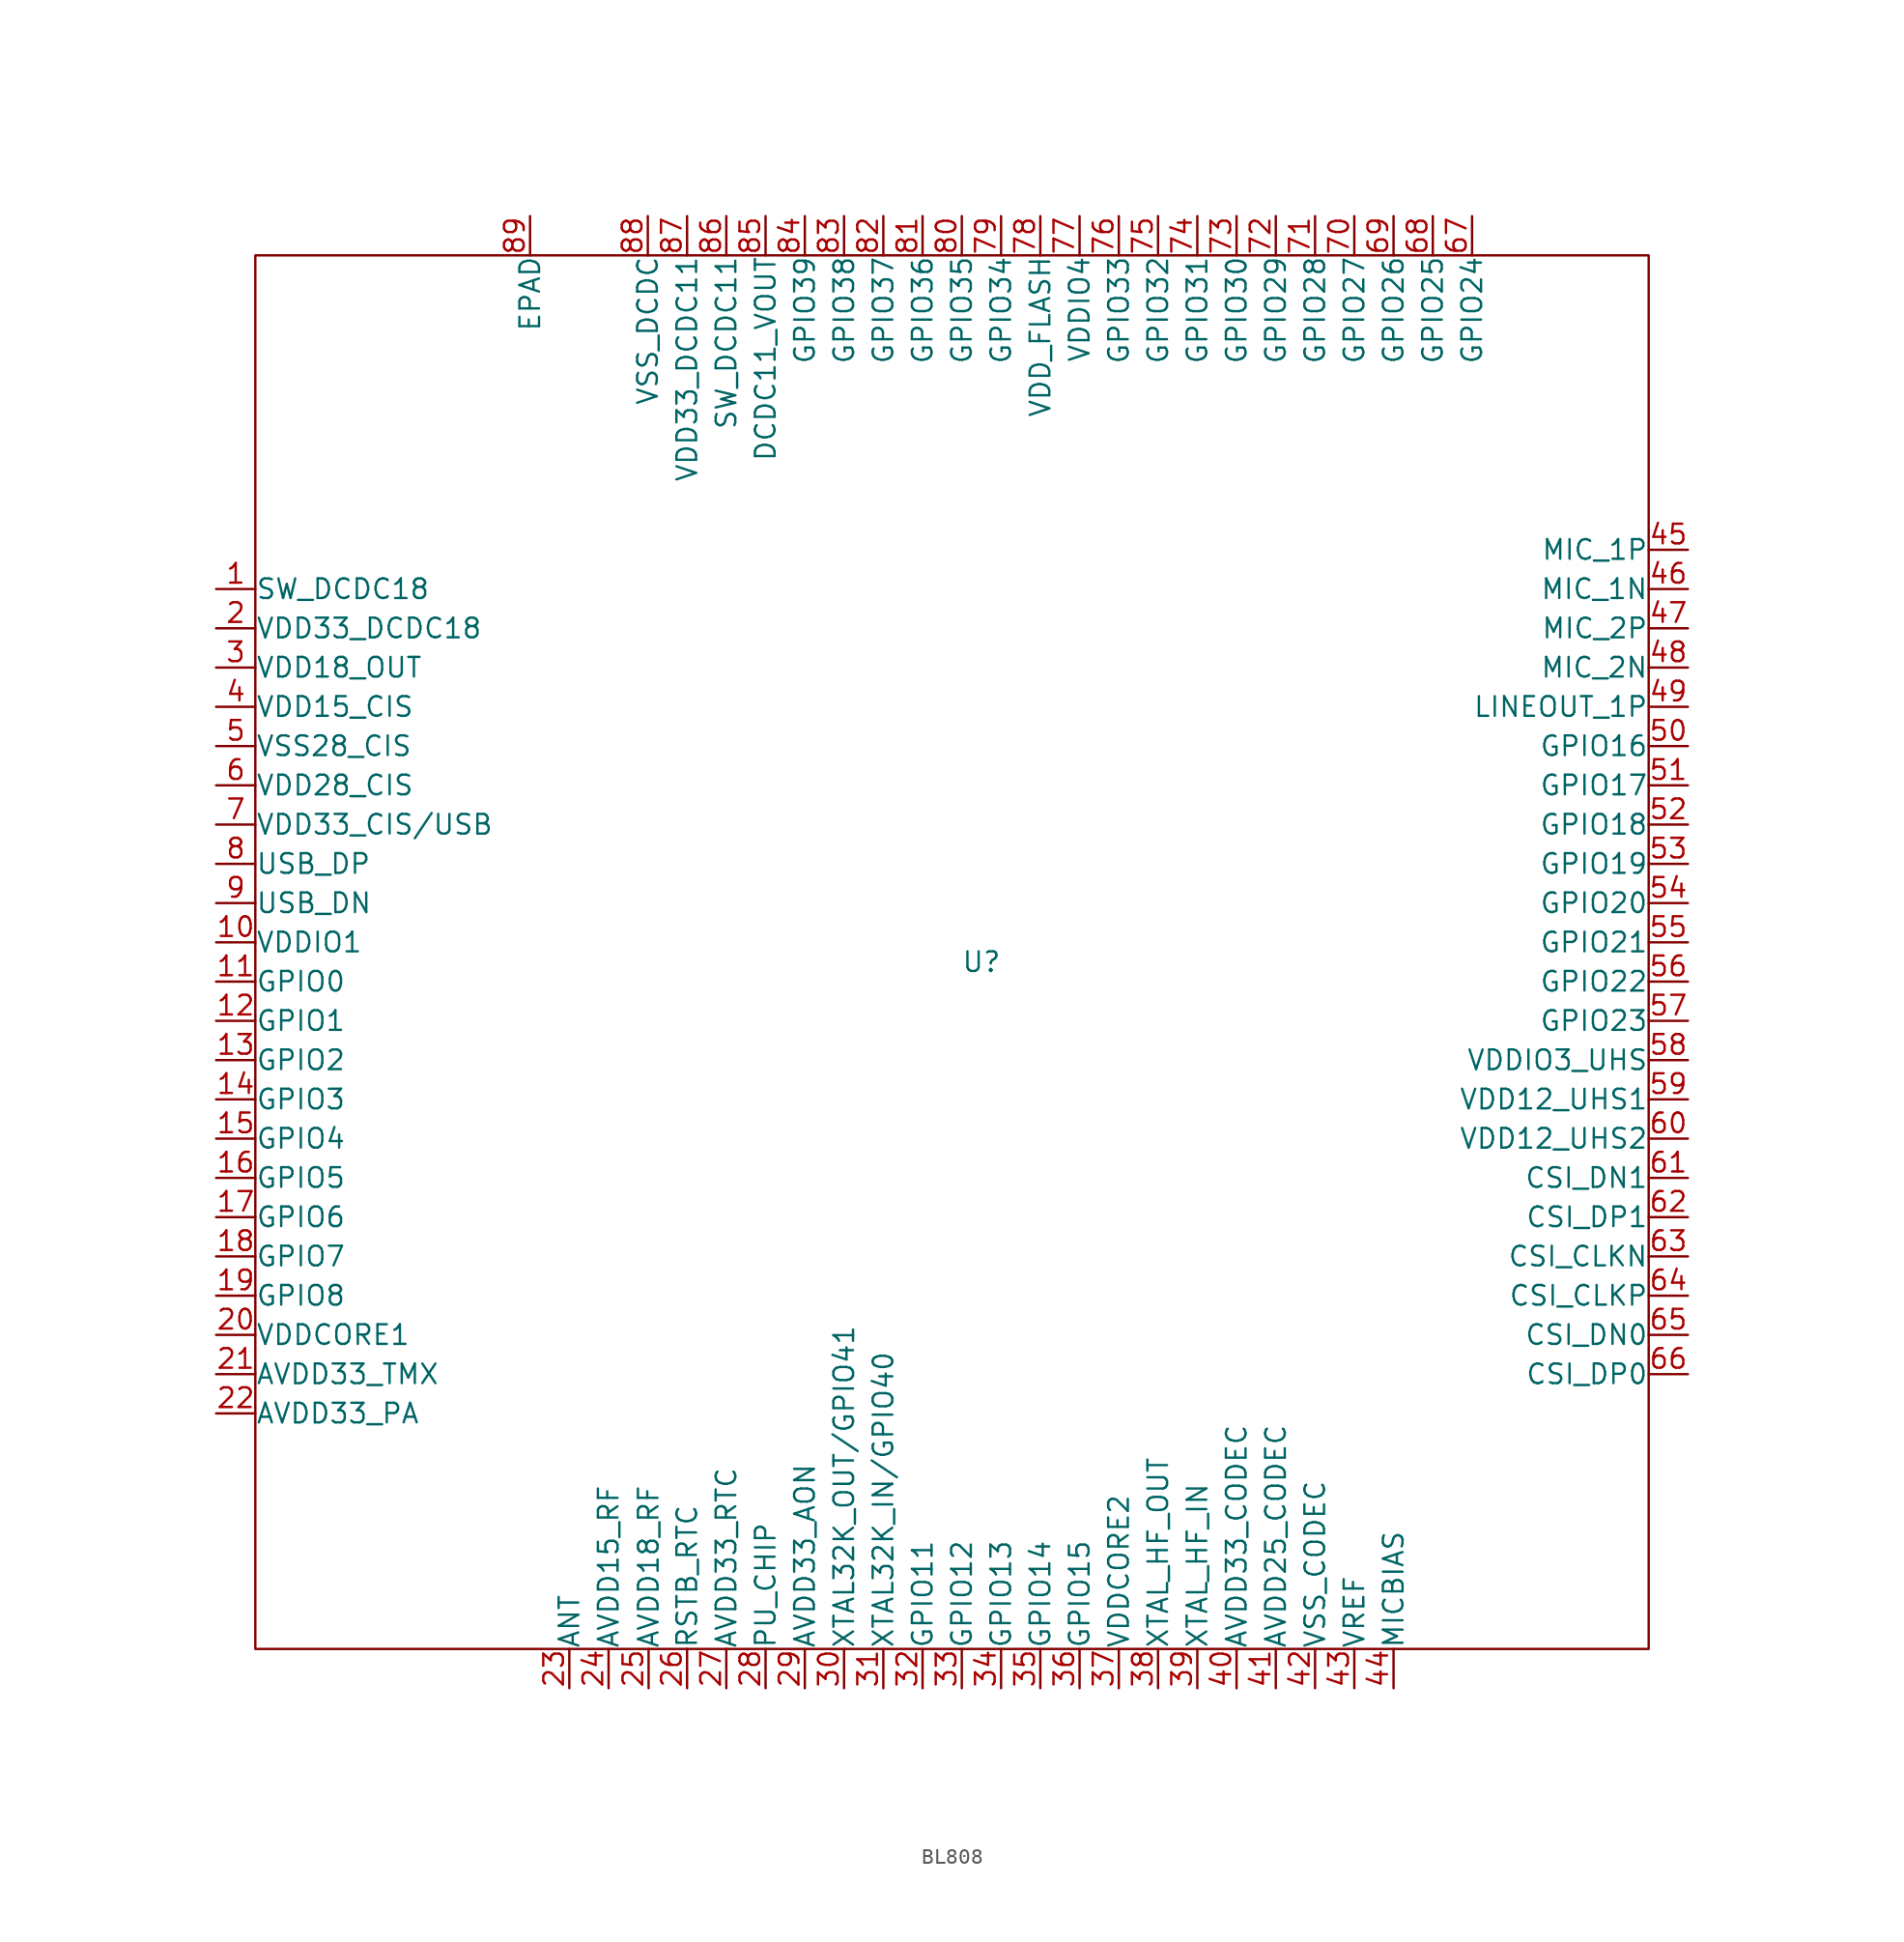
<source format=kicad_sym>
(kicad_symbol_lib
  (version 20220914)
  (generator kicad_symbol_editor)
  (symbol "BL808"
    (pin_names
      (offset 0.002))
    (property "Reference" "U"
      (at 0 0 0)
      (effects (font (size 1.27 1.27))))
    (property "Value" ""
      (at 6.35 29.21 0)
      (effects (font (size 1.27 1.27))))
    (symbol "BL808_0_0"
      (pin unspecified line (at -49.53 24.13 0) (length 2.54) (name "SW_DCDC18" (effects (font (size 1.27 1.27)))) (number "1" (effects (font (size 1.27 1.27)))))
      (pin unspecified line (at -49.53 1.27 0) (length 2.54) (name "VDDIO1" (effects (font (size 1.27 1.27)))) (number "10" (effects (font (size 1.27 1.27)))))
      (pin unspecified line (at -49.53 -1.27 0) (length 2.54) (name "GPIO0" (effects (font (size 1.27 1.27)))) (number "11" (effects (font (size 1.27 1.27)))))
      (pin unspecified line (at -49.53 -3.81 0) (length 2.54) (name "GPIO1" (effects (font (size 1.27 1.27)))) (number "12" (effects (font (size 1.27 1.27)))))
      (pin unspecified line (at -49.53 -6.35 0) (length 2.54) (name "GPIO2" (effects (font (size 1.27 1.27)))) (number "13" (effects (font (size 1.27 1.27)))))
      (pin unspecified line (at -49.53 -8.89 0) (length 2.54) (name "GPIO3" (effects (font (size 1.27 1.27)))) (number "14" (effects (font (size 1.27 1.27)))))
      (pin unspecified line (at -49.53 -11.43 0) (length 2.54) (name "GPIO4" (effects (font (size 1.27 1.27)))) (number "15" (effects (font (size 1.27 1.27)))))
      (pin unspecified line (at -49.53 -13.97 0) (length 2.54) (name "GPIO5" (effects (font (size 1.27 1.27)))) (number "16" (effects (font (size 1.27 1.27)))))
      (pin unspecified line (at -49.53 -16.51 0) (length 2.54) (name "GPIO6" (effects (font (size 1.27 1.27)))) (number "17" (effects (font (size 1.27 1.27)))))
      (pin unspecified line (at -49.53 -19.05 0) (length 2.54) (name "GPIO7" (effects (font (size 1.27 1.27)))) (number "18" (effects (font (size 1.27 1.27)))))
      (pin unspecified line (at -49.53 -21.59 0) (length 2.54) (name "GPIO8" (effects (font (size 1.27 1.27)))) (number "19" (effects (font (size 1.27 1.27)))))
      (pin unspecified line (at -49.53 21.59 0) (length 2.54) (name "VDD33_DCDC18" (effects (font (size 1.27 1.27)))) (number "2" (effects (font (size 1.27 1.27)))))
      (pin unspecified line (at -49.53 -24.13 0) (length 2.54) (name "VDDCORE1" (effects (font (size 1.27 1.27)))) (number "20" (effects (font (size 1.27 1.27)))))
      (pin unspecified line (at -49.53 -26.67 0) (length 2.54) (name "AVDD33_TMX" (effects (font (size 1.27 1.27)))) (number "21" (effects (font (size 1.27 1.27)))))
      (pin unspecified line (at -49.53 -29.21 0) (length 2.54) (name "AVDD33_PA" (effects (font (size 1.27 1.27)))) (number "22" (effects (font (size 1.27 1.27)))))
      (pin unspecified line (at -26.67 -46.99 90) (length 2.54) (name "ANT" (effects (font (size 1.27 1.27)))) (number "23" (effects (font (size 1.27 1.27)))))
      (pin unspecified line (at -24.13 -46.99 90) (length 2.54) (name "AVDD15_RF" (effects (font (size 1.27 1.27)))) (number "24" (effects (font (size 1.27 1.27)))))
      (pin unspecified line (at -21.54 -46.99 90) (length 2.54) (name "AVDD18_RF" (effects (font (size 1.27 1.27)))) (number "25" (effects (font (size 1.27 1.27)))))
      (pin unspecified line (at -19.05 -46.99 90) (length 2.54) (name "RSTB_RTC" (effects (font (size 1.27 1.27)))) (number "26" (effects (font (size 1.27 1.27)))))
      (pin unspecified line (at -16.51 -46.99 90) (length 2.54) (name "AVDD33_RTC" (effects (font (size 1.27 1.27)))) (number "27" (effects (font (size 1.27 1.27)))))
      (pin unspecified line (at -13.97 -46.99 90) (length 2.54) (name "PU_CHIP" (effects (font (size 1.27 1.27)))) (number "28" (effects (font (size 1.27 1.27)))))
      (pin unspecified line (at -11.43 -46.99 90) (length 2.54) (name "AVDD33_AON" (effects (font (size 1.27 1.27)))) (number "29" (effects (font (size 1.27 1.27)))))
      (pin unspecified line (at -49.53 19.05 0) (length 2.54) (name "VDD18_OUT" (effects (font (size 1.27 1.27)))) (number "3" (effects (font (size 1.27 1.27)))))
      (pin unspecified line (at -8.89 -46.99 90) (length 2.54) (name "XTAL32K_OUT/GPIO41" (effects (font (size 1.27 1.27)))) (number "30" (effects (font (size 1.27 1.27)))))
      (pin unspecified line (at -6.35 -46.99 90) (length 2.54) (name "XTAL32K_IN/GPIO40" (effects (font (size 1.27 1.27)))) (number "31" (effects (font (size 1.27 1.27)))))
      (pin unspecified line (at -3.81 -46.99 90) (length 2.54) (name "GPIO11" (effects (font (size 1.27 1.27)))) (number "32" (effects (font (size 1.27 1.27)))))
      (pin unspecified line (at -1.27 -46.99 90) (length 2.54) (name "GPIO12" (effects (font (size 1.27 1.27)))) (number "33" (effects (font (size 1.27 1.27)))))
      (pin unspecified line (at 1.27 -46.99 90) (length 2.54) (name "GPIO13" (effects (font (size 1.27 1.27)))) (number "34" (effects (font (size 1.27 1.27)))))
      (pin unspecified line (at 3.81 -46.99 90) (length 2.54) (name "GPIO14" (effects (font (size 1.27 1.27)))) (number "35" (effects (font (size 1.27 1.27)))))
      (pin unspecified line (at 6.35 -46.99 90) (length 2.54) (name "GPIO15" (effects (font (size 1.27 1.27)))) (number "36" (effects (font (size 1.27 1.27)))))
      (pin unspecified line (at 8.89 -46.99 90) (length 2.54) (name "VDDCORE2" (effects (font (size 1.27 1.27)))) (number "37" (effects (font (size 1.27 1.27)))))
      (pin unspecified line (at 11.43 -46.99 90) (length 2.54) (name "XTAL_HF_OUT" (effects (font (size 1.27 1.27)))) (number "38" (effects (font (size 1.27 1.27)))))
      (pin unspecified line (at 13.97 -46.99 90) (length 2.54) (name "XTAL_HF_IN" (effects (font (size 1.27 1.27)))) (number "39" (effects (font (size 1.27 1.27)))))
      (pin unspecified line (at -49.53 16.51 0) (length 2.54) (name "VDD15_CIS" (effects (font (size 1.27 1.27)))) (number "4" (effects (font (size 1.27 1.27)))))
      (pin unspecified line (at 16.51 -46.99 90) (length 2.54) (name "AVDD33_CODEC" (effects (font (size 1.27 1.27)))) (number "40" (effects (font (size 1.27 1.27)))))
      (pin unspecified line (at 19.05 -46.99 90) (length 2.54) (name "AVDD25_CODEC" (effects (font (size 1.27 1.27)))) (number "41" (effects (font (size 1.27 1.27)))))
      (pin unspecified line (at 21.59 -46.99 90) (length 2.54) (name "VSS_CODEC" (effects (font (size 1.27 1.27)))) (number "42" (effects (font (size 1.27 1.27)))))
      (pin unspecified line (at 24.13 -46.99 90) (length 2.54) (name "VREF" (effects (font (size 1.27 1.27)))) (number "43" (effects (font (size 1.27 1.27)))))
      (pin unspecified line (at 26.67 -46.99 90) (length 2.54) (name "MICBIAS" (effects (font (size 1.27 1.27)))) (number "44" (effects (font (size 1.27 1.27)))))
      (pin unspecified line (at 45.72 26.67 180) (length 2.54) (name "MIC_1P" (effects (font (size 1.27 1.27)))) (number "45" (effects (font (size 1.27 1.27)))))
      (pin unspecified line (at 45.72 24.13 180) (length 2.54) (name "MIC_1N" (effects (font (size 1.27 1.27)))) (number "46" (effects (font (size 1.27 1.27)))))
      (pin unspecified line (at 45.72 21.59 180) (length 2.54) (name "MIC_2P" (effects (font (size 1.27 1.27)))) (number "47" (effects (font (size 1.27 1.27)))))
      (pin unspecified line (at 45.72 19.05 180) (length 2.54) (name "MIC_2N" (effects (font (size 1.27 1.27)))) (number "48" (effects (font (size 1.27 1.27)))))
      (pin unspecified line (at 45.72 16.51 180) (length 2.54) (name "LINEOUT_1P" (effects (font (size 1.27 1.27)))) (number "49" (effects (font (size 1.27 1.27)))))
      (pin unspecified line (at -49.53 13.97 0) (length 2.54) (name "VSS28_CIS" (effects (font (size 1.27 1.27)))) (number "5" (effects (font (size 1.27 1.27)))))
      (pin unspecified line (at 45.72 13.97 180) (length 2.54) (name "GPIO16" (effects (font (size 1.27 1.27)))) (number "50" (effects (font (size 1.27 1.27)))))
      (pin unspecified line (at 45.72 11.43 180) (length 2.54) (name "GPIO17" (effects (font (size 1.27 1.27)))) (number "51" (effects (font (size 1.27 1.27)))))
      (pin unspecified line (at 45.72 8.89 180) (length 2.54) (name "GPIO18" (effects (font (size 1.27 1.27)))) (number "52" (effects (font (size 1.27 1.27)))))
      (pin unspecified line (at 45.72 6.35 180) (length 2.54) (name "GPIO19" (effects (font (size 1.27 1.27)))) (number "53" (effects (font (size 1.27 1.27)))))
      (pin unspecified line (at 45.72 3.81 180) (length 2.54) (name "GPIO20" (effects (font (size 1.27 1.27)))) (number "54" (effects (font (size 1.27 1.27)))))
      (pin unspecified line (at 45.72 1.27 180) (length 2.54) (name "GPIO21" (effects (font (size 1.27 1.27)))) (number "55" (effects (font (size 1.27 1.27)))))
      (pin unspecified line (at 45.72 -1.27 180) (length 2.54) (name "GPIO22" (effects (font (size 1.27 1.27)))) (number "56" (effects (font (size 1.27 1.27)))))
      (pin unspecified line (at 45.72 -3.81 180) (length 2.54) (name "GPIO23" (effects (font (size 1.27 1.27)))) (number "57" (effects (font (size 1.27 1.27)))))
      (pin unspecified line (at 45.72 -6.35 180) (length 2.54) (name "VDDIO3_UHS" (effects (font (size 1.27 1.27)))) (number "58" (effects (font (size 1.27 1.27)))))
      (pin unspecified line (at 45.72 -8.89 180) (length 2.54) (name "VDD12_UHS1" (effects (font (size 1.27 1.27)))) (number "59" (effects (font (size 1.27 1.27)))))
      (pin unspecified line (at -49.53 11.43 0) (length 2.54) (name "VDD28_CIS" (effects (font (size 1.27 1.27)))) (number "6" (effects (font (size 1.27 1.27)))))
      (pin unspecified line (at 45.72 -11.43 180) (length 2.54) (name "VDD12_UHS2" (effects (font (size 1.27 1.27)))) (number "60" (effects (font (size 1.27 1.27)))))
      (pin unspecified line (at 45.72 -13.97 180) (length 2.54) (name "CSI_DN1" (effects (font (size 1.27 1.27)))) (number "61" (effects (font (size 1.27 1.27)))))
      (pin unspecified line (at 45.72 -16.51 180) (length 2.54) (name "CSI_DP1" (effects (font (size 1.27 1.27)))) (number "62" (effects (font (size 1.27 1.27)))))
      (pin unspecified line (at 45.72 -19.05 180) (length 2.54) (name "CSI_CLKN" (effects (font (size 1.27 1.27)))) (number "63" (effects (font (size 1.27 1.27)))))
      (pin unspecified line (at 45.72 -21.59 180) (length 2.54) (name "CSI_CLKP" (effects (font (size 1.27 1.27)))) (number "64" (effects (font (size 1.27 1.27)))))
      (pin unspecified line (at 45.72 -24.13 180) (length 2.54) (name "CSI_DN0" (effects (font (size 1.27 1.27)))) (number "65" (effects (font (size 1.27 1.27)))))
      (pin unspecified line (at 45.72 -26.67 180) (length 2.54) (name "CSI_DP0" (effects (font (size 1.27 1.27)))) (number "66" (effects (font (size 1.27 1.27)))))
      (pin unspecified line (at 31.75 48.26 270) (length 2.54) (name "GPIO24" (effects (font (size 1.27 1.27)))) (number "67" (effects (font (size 1.27 1.27)))))
      (pin unspecified line (at 29.21 48.26 270) (length 2.54) (name "GPIO25" (effects (font (size 1.27 1.27)))) (number "68" (effects (font (size 1.27 1.27)))))
      (pin unspecified line (at 26.67 48.26 270) (length 2.54) (name "GPIO26" (effects (font (size 1.27 1.27)))) (number "69" (effects (font (size 1.27 1.27)))))
      (pin unspecified line (at -49.53 8.89 0) (length 2.54) (name "VDD33_CIS/USB" (effects (font (size 1.27 1.27)))) (number "7" (effects (font (size 1.27 1.27)))))
      (pin unspecified line (at 24.13 48.26 270) (length 2.54) (name "GPIO27" (effects (font (size 1.27 1.27)))) (number "70" (effects (font (size 1.27 1.27)))))
      (pin unspecified line (at 21.59 48.26 270) (length 2.54) (name "GPIO28" (effects (font (size 1.27 1.27)))) (number "71" (effects (font (size 1.27 1.27)))))
      (pin unspecified line (at 19.05 48.26 270) (length 2.54) (name "GPIO29" (effects (font (size 1.27 1.27)))) (number "72" (effects (font (size 1.27 1.27)))))
      (pin unspecified line (at 16.51 48.26 270) (length 2.54) (name "GPIO30" (effects (font (size 1.27 1.27)))) (number "73" (effects (font (size 1.27 1.27)))))
      (pin unspecified line (at 13.97 48.26 270) (length 2.54) (name "GPIO31" (effects (font (size 1.27 1.27)))) (number "74" (effects (font (size 1.27 1.27)))))
      (pin unspecified line (at 11.43 48.26 270) (length 2.54) (name "GPIO32" (effects (font (size 1.27 1.27)))) (number "75" (effects (font (size 1.27 1.27)))))
      (pin unspecified line (at 8.89 48.26 270) (length 2.54) (name "GPIO33" (effects (font (size 1.27 1.27)))) (number "76" (effects (font (size 1.27 1.27)))))
      (pin unspecified line (at 6.35 48.26 270) (length 2.54) (name "VDDIO4" (effects (font (size 1.27 1.27)))) (number "77" (effects (font (size 1.27 1.27)))))
      (pin unspecified line (at 3.81 48.26 270) (length 2.54) (name "VDD_FLASH" (effects (font (size 1.27 1.27)))) (number "78" (effects (font (size 1.27 1.27)))))
      (pin unspecified line (at 1.27 48.26 270) (length 2.54) (name "GPIO34" (effects (font (size 1.27 1.27)))) (number "79" (effects (font (size 1.27 1.27)))))
      (pin unspecified line (at -49.53 6.35 0) (length 2.54) (name "USB_DP" (effects (font (size 1.27 1.27)))) (number "8" (effects (font (size 1.27 1.27)))))
      (pin unspecified line (at -1.27 48.26 270) (length 2.54) (name "GPIO35" (effects (font (size 1.27 1.27)))) (number "80" (effects (font (size 1.27 1.27)))))
      (pin unspecified line (at -3.81 48.26 270) (length 2.54) (name "GPIO36" (effects (font (size 1.27 1.27)))) (number "81" (effects (font (size 1.27 1.27)))))
      (pin unspecified line (at -6.35 48.26 270) (length 2.54) (name "GPIO37" (effects (font (size 1.27 1.27)))) (number "82" (effects (font (size 1.27 1.27)))))
      (pin unspecified line (at -8.89 48.26 270) (length 2.54) (name "GPIO38" (effects (font (size 1.27 1.27)))) (number "83" (effects (font (size 1.27 1.27)))))
      (pin unspecified line (at -11.43 48.26 270) (length 2.54) (name "GPIO39" (effects (font (size 1.27 1.27)))) (number "84" (effects (font (size 1.27 1.27)))))
      (pin unspecified line (at -13.97 48.26 270) (length 2.54) (name "DCDC11_VOUT" (effects (font (size 1.27 1.27)))) (number "85" (effects (font (size 1.27 1.27)))))
      (pin unspecified line (at -16.51 48.26 270) (length 2.54) (name "SW_DCDC11" (effects (font (size 1.27 1.27)))) (number "86" (effects (font (size 1.27 1.27)))))
      (pin unspecified line (at -19.05 48.26 270) (length 2.54) (name "VDD33_DCDC11" (effects (font (size 1.27 1.27)))) (number "87" (effects (font (size 1.27 1.27)))))
      (pin unspecified line (at -21.59 48.26 270) (length 2.54) (name "VSS_DCDC" (effects (font (size 1.27 1.27)))) (number "88" (effects (font (size 1.27 1.27)))))
      (pin unspecified line (at -29.21 48.26 270) (length 2.54) (name "EPAD" (effects (font (size 1.27 1.27)))) (number "89" (effects (font (size 1.27 1.27)))))
      (pin unspecified line (at -49.53 3.81 0) (length 2.54) (name "USB_DN" (effects (font (size 1.27 1.27)))) (number "9" (effects (font (size 1.27 1.27))))))
    (symbol "BL808_0_1"
      (rectangle (start -46.99 45.72) (end 43.18 -44.45) (stroke (width 0) (type default)) (fill (type none))))))
</source>
